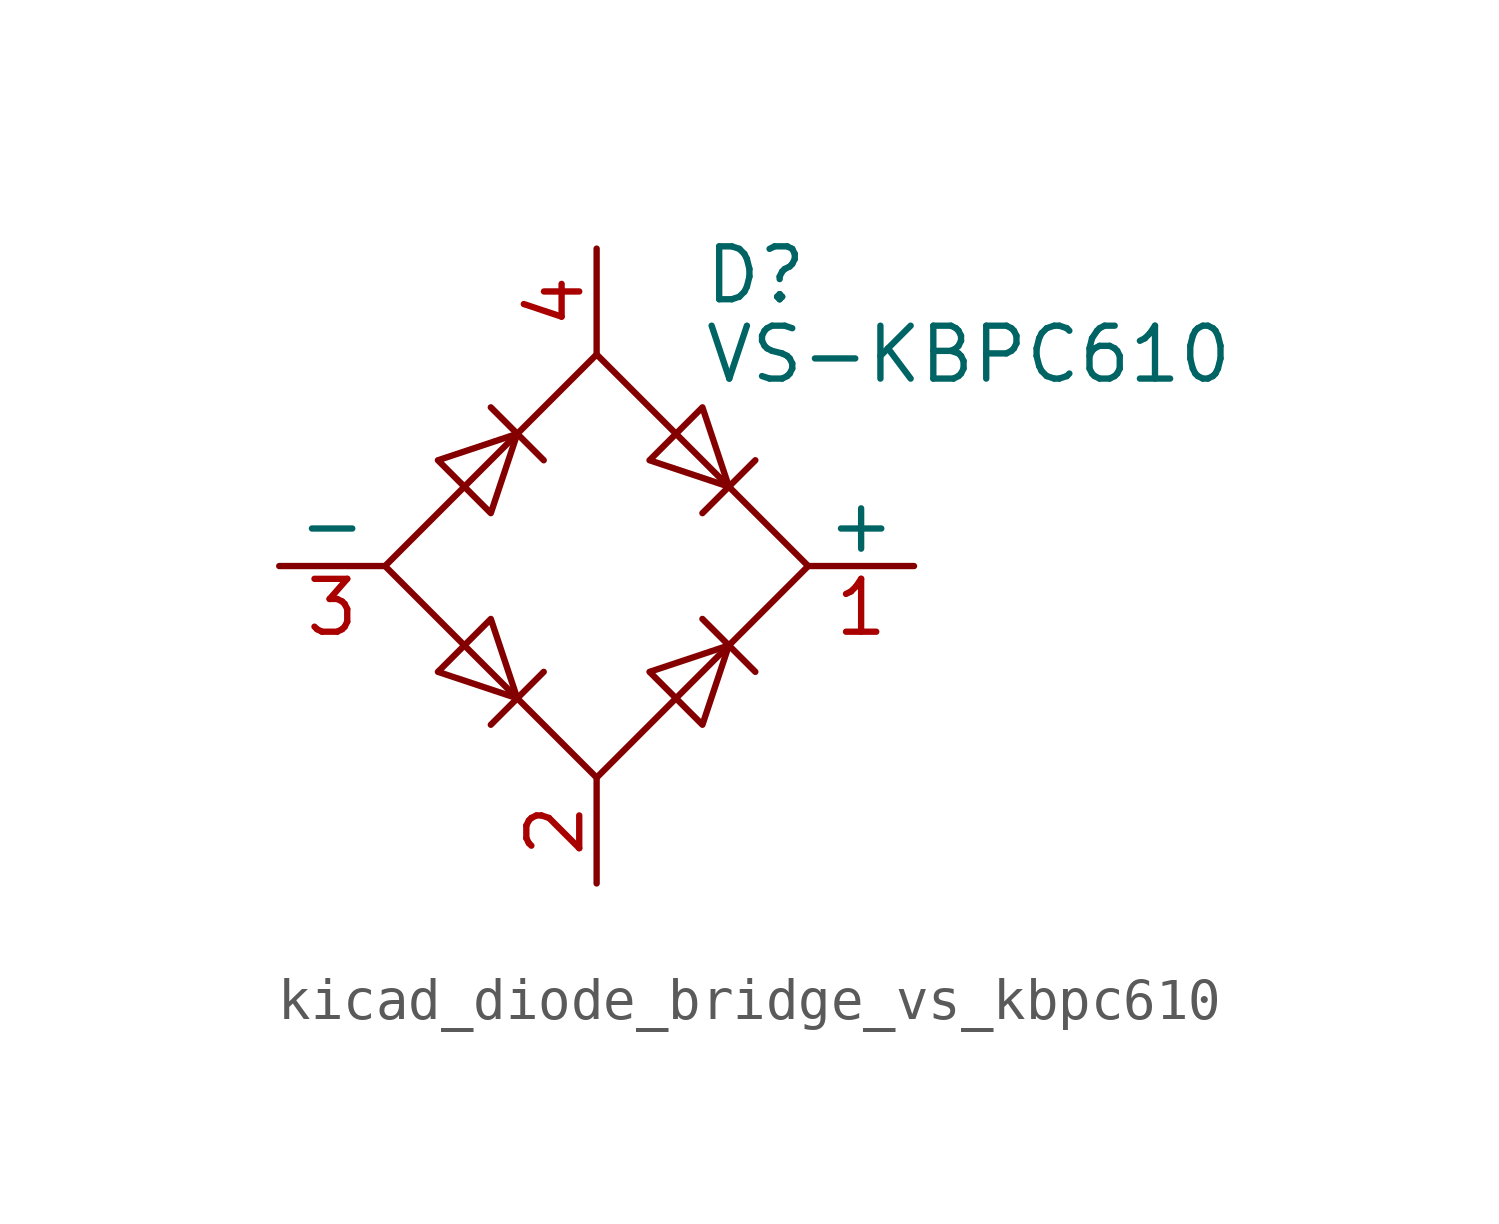
<source format=kicad_sym>
(kicad_symbol_lib
  (version 20220914)
  (generator kicad_symbol_editor)
  (symbol "kicad_diode_bridge_vs_kbpc610"
    (pin_names
      (offset 0))
    (property "Reference" "D"
      (at 2.54 6.985 0)
      (effects (font (size 1.27 1.27)) (justify left)))
    (property "Value" "VS-KBPC610"
      (at 2.54 5.08 0)
      (effects (font (size 1.27 1.27)) (justify left)))
    (symbol "kicad_diode_bridge_vs_kbpc610_0_1"
      (polyline (pts (xy -2.54 3.81) (xy -1.27 2.54)) (stroke (width 0) (type default)) (fill (type none)))
      (polyline (pts (xy -1.27 -2.54) (xy -2.54 -3.81)) (stroke (width 0) (type default)) (fill (type none)))
      (polyline (pts (xy 2.54 -1.27) (xy 3.81 -2.54)) (stroke (width 0) (type default)) (fill (type none)))
      (polyline (pts (xy 2.54 1.27) (xy 3.81 2.54)) (stroke (width 0) (type default)) (fill (type none)))
      (polyline (pts (xy -3.81 2.54) (xy -2.54 1.27) (xy -1.905 3.175) (xy -3.81 2.54)) (stroke (width 0) (type default)) (fill (type none)))
      (polyline (pts (xy -2.54 -1.27) (xy -3.81 -2.54) (xy -1.905 -3.175) (xy -2.54 -1.27)) (stroke (width 0) (type default)) (fill (type none)))
      (polyline (pts (xy 1.27 2.54) (xy 2.54 3.81) (xy 3.175 1.905) (xy 1.27 2.54)) (stroke (width 0) (type default)) (fill (type none)))
      (polyline (pts (xy 3.175 -1.905) (xy 1.27 -2.54) (xy 2.54 -3.81) (xy 3.175 -1.905)) (stroke (width 0) (type default)) (fill (type none)))
      (polyline (pts (xy -5.08 0) (xy 0 -5.08) (xy 5.08 0) (xy 0 5.08) (xy -5.08 0)) (stroke (width 0) (type default)) (fill (type none))))
    (symbol "kicad_diode_bridge_vs_kbpc610_1_1"
      (pin passive line (at 7.62 0 180) (length 2.54) (name "+" (effects (font (size 1.27 1.27)))) (number "1" (effects (font (size 1.27 1.27)))))
      (pin passive line (at 0 -7.62 90) (length 2.54) (name "~" (effects (font (size 1.27 1.27)))) (number "2" (effects (font (size 1.27 1.27)))))
      (pin passive line (at -7.62 0 0) (length 2.54) (name "-" (effects (font (size 1.27 1.27)))) (number "3" (effects (font (size 1.27 1.27)))))
      (pin passive line (at 0 7.62 270) (length 2.54) (name "~" (effects (font (size 1.27 1.27)))) (number "4" (effects (font (size 1.27 1.27))))))))
</source>
